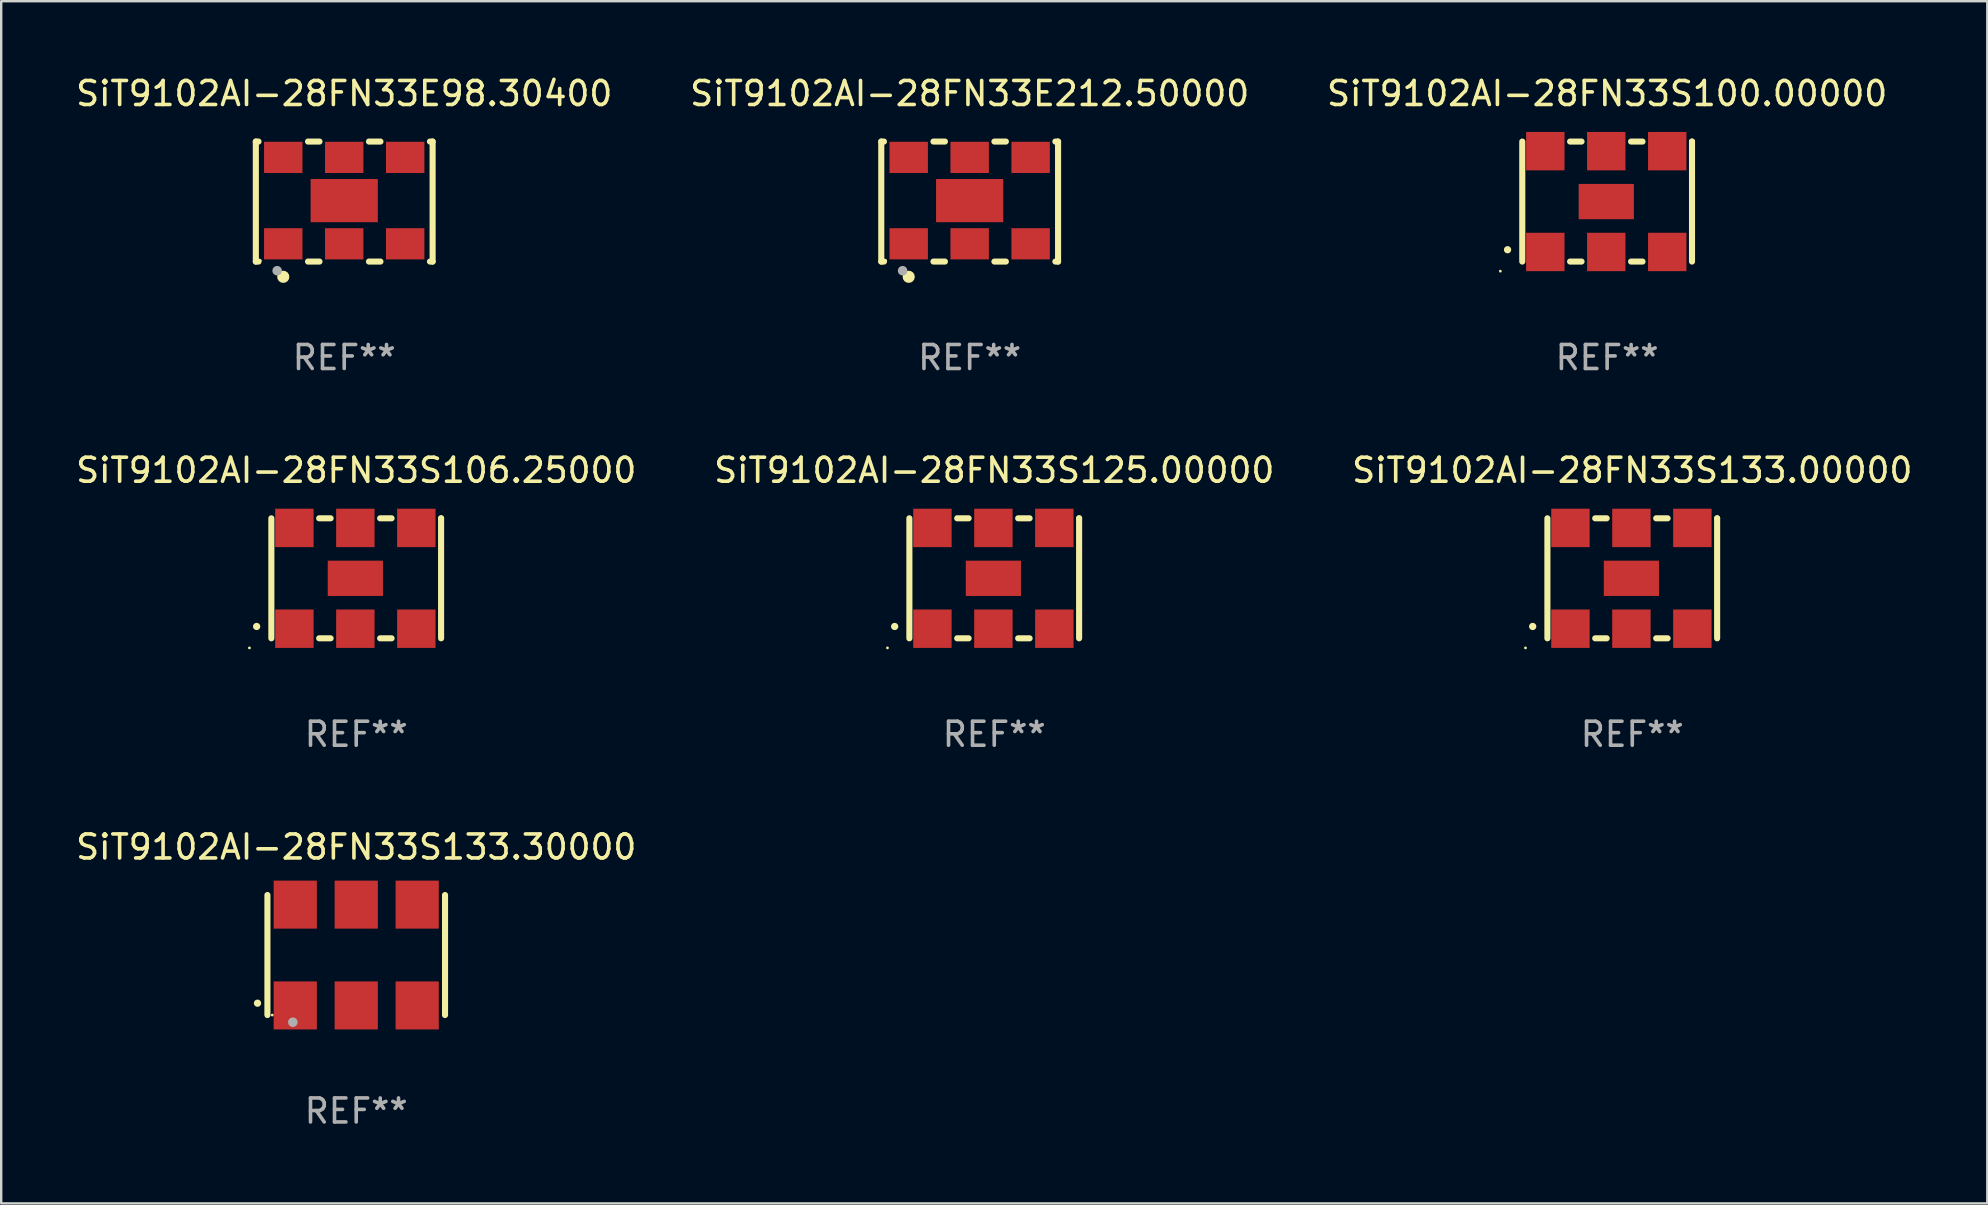
<source format=kicad_pcb>
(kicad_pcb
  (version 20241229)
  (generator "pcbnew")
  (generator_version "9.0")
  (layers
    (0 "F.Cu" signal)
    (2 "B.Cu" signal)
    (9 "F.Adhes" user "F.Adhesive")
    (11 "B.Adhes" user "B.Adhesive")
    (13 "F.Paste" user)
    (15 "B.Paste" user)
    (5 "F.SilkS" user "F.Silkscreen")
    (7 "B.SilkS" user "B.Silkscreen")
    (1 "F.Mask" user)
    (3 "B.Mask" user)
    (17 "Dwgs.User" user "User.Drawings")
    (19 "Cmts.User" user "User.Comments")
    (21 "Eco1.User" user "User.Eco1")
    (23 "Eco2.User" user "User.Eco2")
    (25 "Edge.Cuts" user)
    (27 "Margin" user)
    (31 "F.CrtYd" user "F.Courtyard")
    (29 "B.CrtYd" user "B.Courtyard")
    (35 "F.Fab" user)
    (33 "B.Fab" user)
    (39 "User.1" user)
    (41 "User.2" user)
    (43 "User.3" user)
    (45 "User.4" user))
  (footprint "SiT9102AI-28FN33S106.25000"
    (layer "F.Cu")
    (at 11.792 21.045)
    (property "Reference" "SiT9102AI-28FN33S106.25000" (at 0 -4.5 0) (layer "F.SilkS") (effects (font (size 1 1) (thickness 0.15))))
    (attr through_hole)
    (fp_line (start -3.536 -2.5) (end -3.536 2.5) (stroke (width 0.254) (type solid)) (layer "F.SilkS"))
    (fp_line (start -1.544 2.5) (end -1.067 2.5) (stroke (width 0.254) (type solid)) (layer "F.SilkS"))
    (fp_line (start -1.067 -2.5) (end -1.544 -2.5) (stroke (width 0.254) (type solid)) (layer "F.SilkS"))
    (fp_line (start 0.996 2.5) (end 1.473 2.5) (stroke (width 0.254) (type solid)) (layer "F.SilkS"))
    (fp_line (start 1.473 -2.5) (end 0.996 -2.5) (stroke (width 0.254) (type solid)) (layer "F.SilkS"))
    (fp_line (start 3.536 -2.5) (end 3.536 -2.5) (stroke (width 0.254) (type solid)) (layer "F.SilkS"))
    (fp_line (start 3.536 2.5) (end 3.536 -2.5) (stroke (width 0.254) (type solid)) (layer "F.SilkS"))
    (fp_arc (start -4.150432 2.006604) (mid -4.149162 2.006599) (end -4.147892 2.006604) (stroke (width 0.3) (type solid)) (layer "F.SilkS"))
    (fp_circle (center -4.449 2.9) (end -4.419 2.9) (stroke (width 0.06) (type solid)) (fill no) (layer "F.SilkS"))
    (fp_text user "REF**" (at 0 6.5 0) (layer "F.Fab") (effects (font (size 1 1) (thickness 0.15))))
    (pad "1" smd rect (at -2.576 2.1) (size 1.6 1.6) (layers "F.Cu" "F.Mask" "F.Paste"))
    (pad "2" smd rect (at -0.036 2.1) (size 1.6 1.6) (layers "F.Cu" "F.Mask" "F.Paste"))
    (pad "3" smd rect (at 2.504 2.1) (size 1.6 1.6) (layers "F.Cu" "F.Mask" "F.Paste"))
    (pad "4" smd rect (at 2.504 -2.1) (size 1.6 1.6) (layers "F.Cu" "F.Mask" "F.Paste"))
    (pad "5" smd rect (at -0.036 -2.1) (size 1.6 1.6) (layers "F.Cu" "F.Mask" "F.Paste"))
    (pad "6" smd rect (at -2.576 -2.1) (size 1.6 1.6) (layers "F.Cu" "F.Mask" "F.Paste"))
    (pad "7" smd rect (at -0.036 0) (size 2.3 1.47) (layers "F.Cu" "F.Mask" "F.Paste")))
  (footprint "SiT9102AI-28FN33S125.00000"
    (layer "F.Cu")
    (at 38.375 21.045)
    (property "Reference" "SiT9102AI-28FN33S125.00000" (at 0 -4.5 0) (layer "F.SilkS") (effects (font (size 1 1) (thickness 0.15))))
    (attr through_hole)
    (fp_line (start -3.536 -2.5) (end -3.536 2.5) (stroke (width 0.254) (type solid)) (layer "F.SilkS"))
    (fp_line (start -1.544 2.5) (end -1.067 2.5) (stroke (width 0.254) (type solid)) (layer "F.SilkS"))
    (fp_line (start -1.067 -2.5) (end -1.544 -2.5) (stroke (width 0.254) (type solid)) (layer "F.SilkS"))
    (fp_line (start 0.996 2.5) (end 1.473 2.5) (stroke (width 0.254) (type solid)) (layer "F.SilkS"))
    (fp_line (start 1.473 -2.5) (end 0.996 -2.5) (stroke (width 0.254) (type solid)) (layer "F.SilkS"))
    (fp_line (start 3.536 -2.5) (end 3.536 -2.5) (stroke (width 0.254) (type solid)) (layer "F.SilkS"))
    (fp_line (start 3.536 2.5) (end 3.536 -2.5) (stroke (width 0.254) (type solid)) (layer "F.SilkS"))
    (fp_arc (start -4.150432 2.006604) (mid -4.149162 2.006599) (end -4.147892 2.006604) (stroke (width 0.3) (type solid)) (layer "F.SilkS"))
    (fp_circle (center -4.449 2.9) (end -4.419 2.9) (stroke (width 0.06) (type solid)) (fill no) (layer "F.SilkS"))
    (fp_text user "REF**" (at 0 6.5 0) (layer "F.Fab") (effects (font (size 1 1) (thickness 0.15))))
    (pad "1" smd rect (at -2.576 2.1) (size 1.6 1.6) (layers "F.Cu" "F.Mask" "F.Paste"))
    (pad "2" smd rect (at -0.036 2.1) (size 1.6 1.6) (layers "F.Cu" "F.Mask" "F.Paste"))
    (pad "3" smd rect (at 2.504 2.1) (size 1.6 1.6) (layers "F.Cu" "F.Mask" "F.Paste"))
    (pad "4" smd rect (at 2.504 -2.1) (size 1.6 1.6) (layers "F.Cu" "F.Mask" "F.Paste"))
    (pad "5" smd rect (at -0.036 -2.1) (size 1.6 1.6) (layers "F.Cu" "F.Mask" "F.Paste"))
    (pad "6" smd rect (at -2.576 -2.1) (size 1.6 1.6) (layers "F.Cu" "F.Mask" "F.Paste"))
    (pad "7" smd rect (at -0.036 0) (size 2.3 1.47) (layers "F.Cu" "F.Mask" "F.Paste")))
  (footprint "SiT9102AI-28FN33E212.50000"
    (layer "F.Cu")
    (at 37.351 5.348)
    (property "Reference" "SiT9102AI-28FN33E212.50000" (at 0 -4.5 0) (layer "F.SilkS") (effects (font (size 1 1) (thickness 0.15))))
    (attr through_hole)
    (fp_line (start -3.683 -2.5) (end -3.571 -2.5) (stroke (width 0.254) (type solid)) (layer "F.SilkS"))
    (fp_line (start -3.683 2.5) (end -3.683 -2.5) (stroke (width 0.254) (type solid)) (layer "F.SilkS"))
    (fp_line (start -3.683 2.5) (end -3.571 2.5) (stroke (width 0.254) (type solid)) (layer "F.SilkS"))
    (fp_line (start -1.509 -2.5) (end -1.031 -2.5) (stroke (width 0.254) (type solid)) (layer "F.SilkS"))
    (fp_line (start -1.509 2.5) (end -1.031 2.5) (stroke (width 0.254) (type solid)) (layer "F.SilkS"))
    (fp_line (start 1.031 -2.5) (end 1.509 -2.5) (stroke (width 0.254) (type solid)) (layer "F.SilkS"))
    (fp_line (start 1.031 2.5) (end 1.509 2.5) (stroke (width 0.254) (type solid)) (layer "F.SilkS"))
    (fp_line (start 3.571 -2.5) (end 3.683 -2.5) (stroke (width 0.254) (type solid)) (layer "F.SilkS"))
    (fp_line (start 3.571 2.5) (end 3.683 2.5) (stroke (width 0.254) (type solid)) (layer "F.SilkS"))
    (fp_line (start 3.683 2.5) (end 3.683 -2.5) (stroke (width 0.254) (type solid)) (layer "F.SilkS"))
    (fp_circle (center -3.5 2.46) (end -3.47 2.46) (stroke (width 0.06) (type solid)) (fill no) (layer "F.SilkS"))
    (fp_circle (center -2.54 3.135) (end -2.413 3.135) (stroke (width 0.254) (type solid)) (fill no) (layer "F.SilkS"))
    (fp_circle (center -2.794 2.881) (end -2.694 2.881) (stroke (width 0.2) (type solid)) (fill no) (layer "F.Fab"))
    (fp_text user "REF**" (at 0 6.5 0) (layer "F.Fab") (effects (font (size 1 1) (thickness 0.15))))
    (pad "1" smd rect (at -2.54 1.76) (size 1.6 1.3) (layers "F.Cu" "F.Mask" "F.Paste"))
    (pad "2" smd rect (at 0 1.76) (size 1.6 1.3) (layers "F.Cu" "F.Mask" "F.Paste"))
    (pad "3" smd rect (at 2.54 1.76) (size 1.6 1.3) (layers "F.Cu" "F.Mask" "F.Paste"))
    (pad "4" smd rect (at 2.54 -1.84) (size 1.6 1.3) (layers "F.Cu" "F.Mask" "F.Paste"))
    (pad "5" smd rect (at 0 -1.84) (size 1.6 1.3) (layers "F.Cu" "F.Mask" "F.Paste"))
    (pad "6" smd rect (at -2.54 -1.84) (size 1.6 1.3) (layers "F.Cu" "F.Mask" "F.Paste"))
    (pad "7" smd rect (at 0 -0.04) (size 2.8 1.8) (layers "F.Cu" "F.Mask" "F.Paste")))
  (footprint "SiT9102AI-28FN33S133.30000"
    (layer "F.Cu")
    (at 11.792 36.741)
    (property "Reference" "SiT9102AI-28FN33S133.30000" (at 0 -4.5 0) (layer "F.SilkS") (effects (font (size 1 1) (thickness 0.15))))
    (attr through_hole)
    (fp_line (start -3.7 -2.5) (end -3.7 2.5) (stroke (width 0.254) (type solid)) (layer "F.SilkS"))
    (fp_line (start 3.7 -2.5) (end 3.7 2.5) (stroke (width 0.254) (type solid)) (layer "F.SilkS"))
    (fp_arc (start -4.114415 2.006604) (mid -4.113145 2.006599) (end -4.111875 2.006604) (stroke (width 0.3) (type solid)) (layer "F.SilkS"))
    (fp_circle (center -3.5 2.501) (end -3.47 2.501) (stroke (width 0.06) (type solid)) (fill no) (layer "F.SilkS"))
    (fp_circle (center -2.641 2.799) (end -2.541 2.799) (stroke (width 0.2) (type solid)) (fill no) (layer "F.Fab"))
    (fp_text user "REF**" (at 0 6.5 0) (layer "F.Fab") (effects (font (size 1 1) (thickness 0.15))))
    (pad "1" smd rect (at -2.54 2.1) (size 1.8 2) (layers "F.Cu" "F.Mask" "F.Paste"))
    (pad "2" smd rect (at 0.000394 2.1) (size 1.8 2) (layers "F.Cu" "F.Mask" "F.Paste"))
    (pad "3" smd rect (at 2.54 2.1) (size 1.8 2) (layers "F.Cu" "F.Mask" "F.Paste"))
    (pad "4" smd rect (at 2.54 -2.1) (size 1.8 2) (layers "F.Cu" "F.Mask" "F.Paste"))
    (pad "5" smd rect (at 0.000394 -2.1) (size 1.8 2) (layers "F.Cu" "F.Mask" "F.Paste"))
    (pad "6" smd rect (at -2.54 -2.1) (size 1.8 2) (layers "F.Cu" "F.Mask" "F.Paste")))
  (footprint "SiT9102AI-28FN33S133.00000"
    (layer "F.Cu")
    (at 64.958 21.045)
    (property "Reference" "SiT9102AI-28FN33S133.00000" (at 0 -4.5 0) (layer "F.SilkS") (effects (font (size 1 1) (thickness 0.15))))
    (attr through_hole)
    (fp_line (start -3.536 -2.5) (end -3.536 2.5) (stroke (width 0.254) (type solid)) (layer "F.SilkS"))
    (fp_line (start -1.544 2.5) (end -1.067 2.5) (stroke (width 0.254) (type solid)) (layer "F.SilkS"))
    (fp_line (start -1.067 -2.5) (end -1.544 -2.5) (stroke (width 0.254) (type solid)) (layer "F.SilkS"))
    (fp_line (start 0.996 2.5) (end 1.473 2.5) (stroke (width 0.254) (type solid)) (layer "F.SilkS"))
    (fp_line (start 1.473 -2.5) (end 0.996 -2.5) (stroke (width 0.254) (type solid)) (layer "F.SilkS"))
    (fp_line (start 3.536 -2.5) (end 3.536 -2.5) (stroke (width 0.254) (type solid)) (layer "F.SilkS"))
    (fp_line (start 3.536 2.5) (end 3.536 -2.5) (stroke (width 0.254) (type solid)) (layer "F.SilkS"))
    (fp_arc (start -4.150432 2.006604) (mid -4.149162 2.006599) (end -4.147892 2.006604) (stroke (width 0.3) (type solid)) (layer "F.SilkS"))
    (fp_circle (center -4.449 2.9) (end -4.419 2.9) (stroke (width 0.06) (type solid)) (fill no) (layer "F.SilkS"))
    (fp_text user "REF**" (at 0 6.5 0) (layer "F.Fab") (effects (font (size 1 1) (thickness 0.15))))
    (pad "1" smd rect (at -2.576 2.1) (size 1.6 1.6) (layers "F.Cu" "F.Mask" "F.Paste"))
    (pad "2" smd rect (at -0.036 2.1) (size 1.6 1.6) (layers "F.Cu" "F.Mask" "F.Paste"))
    (pad "3" smd rect (at 2.504 2.1) (size 1.6 1.6) (layers "F.Cu" "F.Mask" "F.Paste"))
    (pad "4" smd rect (at 2.504 -2.1) (size 1.6 1.6) (layers "F.Cu" "F.Mask" "F.Paste"))
    (pad "5" smd rect (at -0.036 -2.1) (size 1.6 1.6) (layers "F.Cu" "F.Mask" "F.Paste"))
    (pad "6" smd rect (at -2.576 -2.1) (size 1.6 1.6) (layers "F.Cu" "F.Mask" "F.Paste"))
    (pad "7" smd rect (at -0.036 0) (size 2.3 1.47) (layers "F.Cu" "F.Mask" "F.Paste")))
  (footprint "SiT9102AI-28FN33S100.00000"
    (layer "F.Cu")
    (at 63.911 5.348)
    (property "Reference" "SiT9102AI-28FN33S100.00000" (at 0 -4.5 0) (layer "F.SilkS") (effects (font (size 1 1) (thickness 0.15))))
    (attr through_hole)
    (fp_line (start -3.536 -2.5) (end -3.536 2.5) (stroke (width 0.254) (type solid)) (layer "F.SilkS"))
    (fp_line (start -1.544 2.5) (end -1.067 2.5) (stroke (width 0.254) (type solid)) (layer "F.SilkS"))
    (fp_line (start -1.067 -2.5) (end -1.544 -2.5) (stroke (width 0.254) (type solid)) (layer "F.SilkS"))
    (fp_line (start 0.996 2.5) (end 1.473 2.5) (stroke (width 0.254) (type solid)) (layer "F.SilkS"))
    (fp_line (start 1.473 -2.5) (end 0.996 -2.5) (stroke (width 0.254) (type solid)) (layer "F.SilkS"))
    (fp_line (start 3.536 -2.5) (end 3.536 -2.5) (stroke (width 0.254) (type solid)) (layer "F.SilkS"))
    (fp_line (start 3.536 2.5) (end 3.536 -2.5) (stroke (width 0.254) (type solid)) (layer "F.SilkS"))
    (fp_arc (start -4.150432 2.006604) (mid -4.149162 2.006599) (end -4.147892 2.006604) (stroke (width 0.3) (type solid)) (layer "F.SilkS"))
    (fp_circle (center -4.449 2.9) (end -4.419 2.9) (stroke (width 0.06) (type solid)) (fill no) (layer "F.SilkS"))
    (fp_text user "REF**" (at 0 6.5 0) (layer "F.Fab") (effects (font (size 1 1) (thickness 0.15))))
    (pad "1" smd rect (at -2.576 2.1) (size 1.6 1.6) (layers "F.Cu" "F.Mask" "F.Paste"))
    (pad "2" smd rect (at -0.036 2.1) (size 1.6 1.6) (layers "F.Cu" "F.Mask" "F.Paste"))
    (pad "3" smd rect (at 2.504 2.1) (size 1.6 1.6) (layers "F.Cu" "F.Mask" "F.Paste"))
    (pad "4" smd rect (at 2.504 -2.1) (size 1.6 1.6) (layers "F.Cu" "F.Mask" "F.Paste"))
    (pad "5" smd rect (at -0.036 -2.1) (size 1.6 1.6) (layers "F.Cu" "F.Mask" "F.Paste"))
    (pad "6" smd rect (at -2.576 -2.1) (size 1.6 1.6) (layers "F.Cu" "F.Mask" "F.Paste"))
    (pad "7" smd rect (at -0.036 0) (size 2.3 1.47) (layers "F.Cu" "F.Mask" "F.Paste")))
  (footprint "SiT9102AI-28FN33E98.30400"
    (layer "F.Cu")
    (at 11.292 5.348)
    (property "Reference" "SiT9102AI-28FN33E98.30400" (at 0 -4.5 0) (layer "F.SilkS") (effects (font (size 1 1) (thickness 0.15))))
    (attr through_hole)
    (fp_line (start -3.683 -2.5) (end -3.571 -2.5) (stroke (width 0.254) (type solid)) (layer "F.SilkS"))
    (fp_line (start -3.683 2.5) (end -3.683 -2.5) (stroke (width 0.254) (type solid)) (layer "F.SilkS"))
    (fp_line (start -3.683 2.5) (end -3.571 2.5) (stroke (width 0.254) (type solid)) (layer "F.SilkS"))
    (fp_line (start -1.509 -2.5) (end -1.031 -2.5) (stroke (width 0.254) (type solid)) (layer "F.SilkS"))
    (fp_line (start -1.509 2.5) (end -1.031 2.5) (stroke (width 0.254) (type solid)) (layer "F.SilkS"))
    (fp_line (start 1.031 -2.5) (end 1.509 -2.5) (stroke (width 0.254) (type solid)) (layer "F.SilkS"))
    (fp_line (start 1.031 2.5) (end 1.509 2.5) (stroke (width 0.254) (type solid)) (layer "F.SilkS"))
    (fp_line (start 3.571 -2.5) (end 3.683 -2.5) (stroke (width 0.254) (type solid)) (layer "F.SilkS"))
    (fp_line (start 3.571 2.5) (end 3.683 2.5) (stroke (width 0.254) (type solid)) (layer "F.SilkS"))
    (fp_line (start 3.683 2.5) (end 3.683 -2.5) (stroke (width 0.254) (type solid)) (layer "F.SilkS"))
    (fp_circle (center -3.5 2.46) (end -3.47 2.46) (stroke (width 0.06) (type solid)) (fill no) (layer "F.SilkS"))
    (fp_circle (center -2.54 3.135) (end -2.413 3.135) (stroke (width 0.254) (type solid)) (fill no) (layer "F.SilkS"))
    (fp_circle (center -2.794 2.881) (end -2.694 2.881) (stroke (width 0.2) (type solid)) (fill no) (layer "F.Fab"))
    (fp_text user "REF**" (at 0 6.5 0) (layer "F.Fab") (effects (font (size 1 1) (thickness 0.15))))
    (pad "1" smd rect (at -2.54 1.76) (size 1.6 1.3) (layers "F.Cu" "F.Mask" "F.Paste"))
    (pad "2" smd rect (at 0 1.76) (size 1.6 1.3) (layers "F.Cu" "F.Mask" "F.Paste"))
    (pad "3" smd rect (at 2.54 1.76) (size 1.6 1.3) (layers "F.Cu" "F.Mask" "F.Paste"))
    (pad "4" smd rect (at 2.54 -1.84) (size 1.6 1.3) (layers "F.Cu" "F.Mask" "F.Paste"))
    (pad "5" smd rect (at 0 -1.84) (size 1.6 1.3) (layers "F.Cu" "F.Mask" "F.Paste"))
    (pad "6" smd rect (at -2.54 -1.84) (size 1.6 1.3) (layers "F.Cu" "F.Mask" "F.Paste"))
    (pad "7" smd rect (at 0 -0.04) (size 2.8 1.8) (layers "F.Cu" "F.Mask" "F.Paste")))
  (gr_rect
    (start -3 -3)
    (end 79.75 47.09)
    (stroke (width 0.1) (type default))
    (fill no)
    (layer "Edge.Cuts")))
</source>
